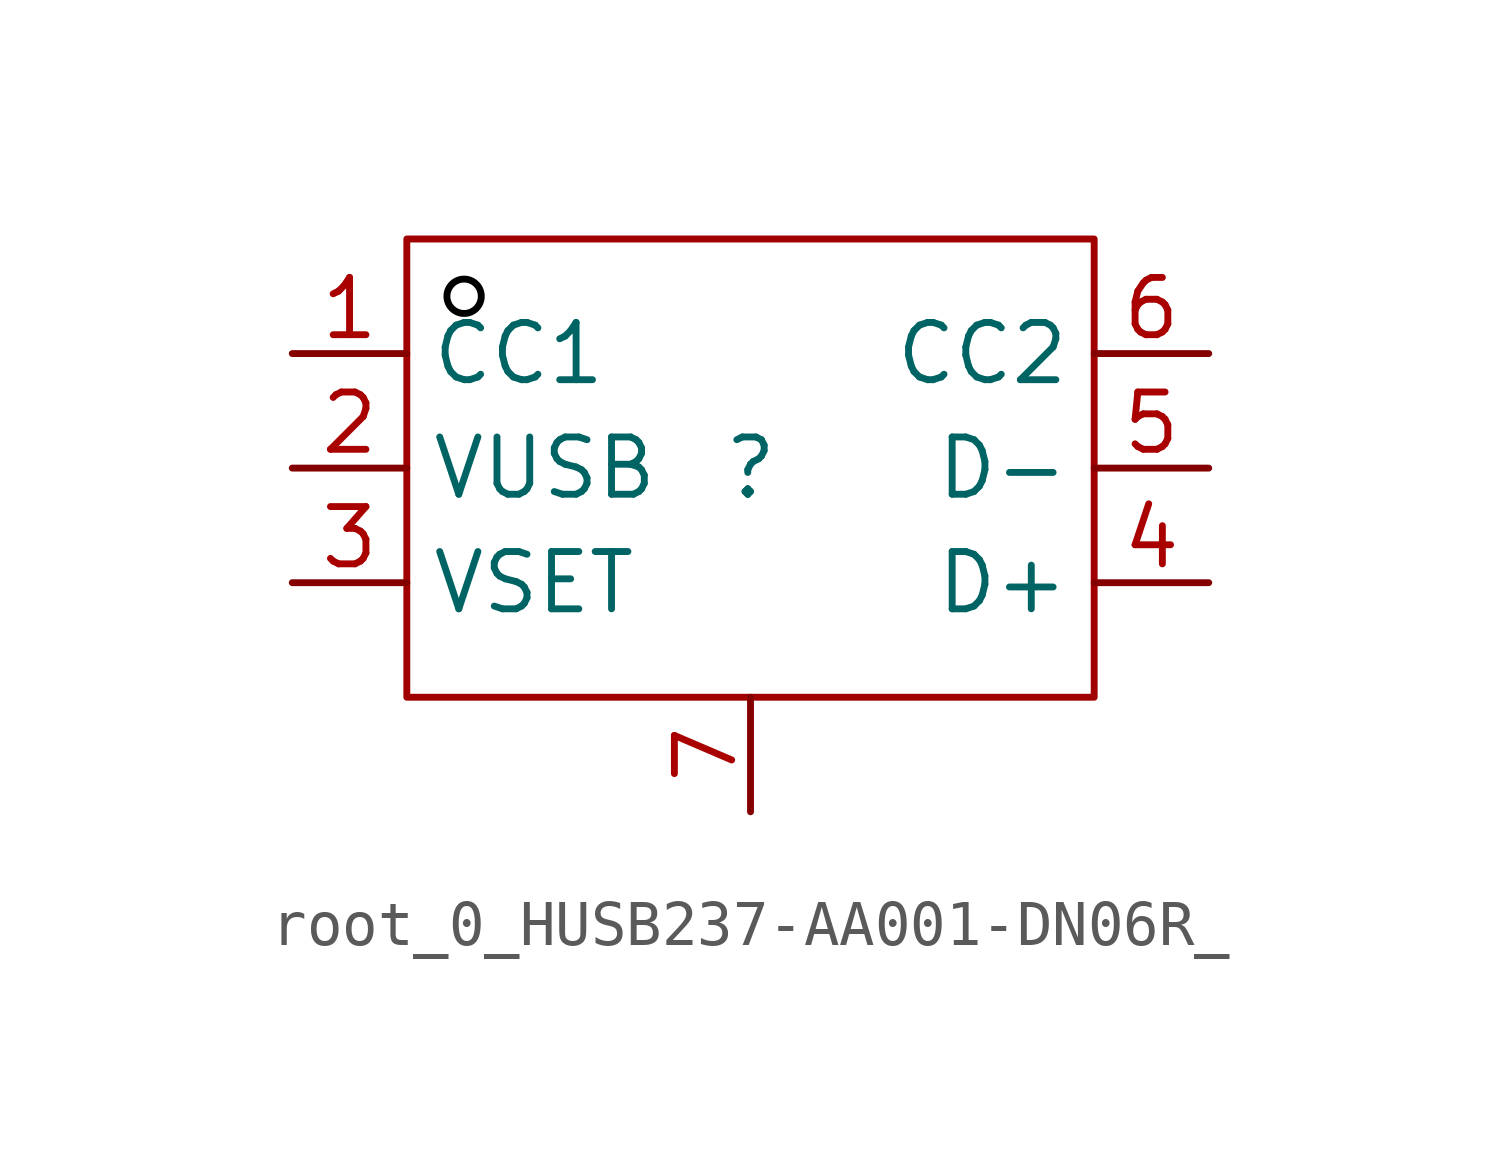
<source format=kicad_sym>
(kicad_symbol_lib
  (version 20241209)
  (generator "kicad_symbol_editor")
  (generator_version "9.0")
  (symbol "root_0_HUSB237-AA001-DN06R_"
    (property "Reference" ""
      (at 0 0 0)
      (effects (font (size 1.27 1.27))))
    (property "Value" ""
      (at 0 0 0)
      (effects (font (size 1.27 1.27))))
    (symbol "root_0_HUSB237-AA001-DN06R__1_0"
      (rectangle (start -7.62 5.08) (end 7.62 -5.08) (stroke (width 0) (type solid) (color 160 0 0 1)) (fill (type none)))
      (circle (center -6.35 3.81) (radius 0.381) (stroke (width 0) (type solid) (color 0 0 0 1)) (fill (type none)))
      (pin passive line (at -10.16 2.54 0) (length 2.54) (name "CC1" (effects (font (size 1.27 1.27)))) (number "1" (effects (font (size 1.27 1.27)))))
      (pin passive line (at -10.16 0 0) (length 2.54) (name "VUSB" (effects (font (size 1.27 1.27)))) (number "2" (effects (font (size 1.27 1.27)))))
      (pin passive line (at -10.16 -2.54 0) (length 2.54) (name "VSET" (effects (font (size 1.27 1.27)))) (number "3" (effects (font (size 1.27 1.27)))))
      (pin passive line (at 0 -7.62 90) (length 2.54) (name "GND" (effects (font (size 0 0)))) (number "7" (effects (font (size 1.27 1.27)))))
      (pin passive line (at 10.16 2.54 180) (length 2.54) (name "CC2" (effects (font (size 1.27 1.27)))) (number "6" (effects (font (size 1.27 1.27)))))
      (pin passive line (at 10.16 0 180) (length 2.54) (name "D-" (effects (font (size 1.27 1.27)))) (number "5" (effects (font (size 1.27 1.27)))))
      (pin passive line (at 10.16 -2.54 180) (length 2.54) (name "D+" (effects (font (size 1.27 1.27)))) (number "4" (effects (font (size 1.27 1.27))))))))
</source>
